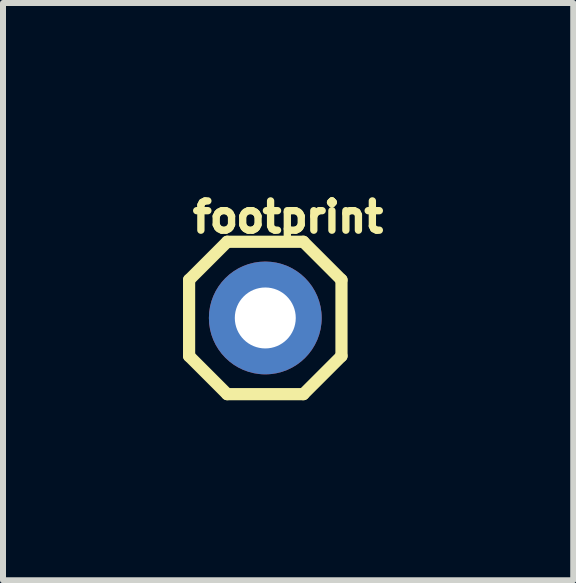
<source format=kicad_pcb>
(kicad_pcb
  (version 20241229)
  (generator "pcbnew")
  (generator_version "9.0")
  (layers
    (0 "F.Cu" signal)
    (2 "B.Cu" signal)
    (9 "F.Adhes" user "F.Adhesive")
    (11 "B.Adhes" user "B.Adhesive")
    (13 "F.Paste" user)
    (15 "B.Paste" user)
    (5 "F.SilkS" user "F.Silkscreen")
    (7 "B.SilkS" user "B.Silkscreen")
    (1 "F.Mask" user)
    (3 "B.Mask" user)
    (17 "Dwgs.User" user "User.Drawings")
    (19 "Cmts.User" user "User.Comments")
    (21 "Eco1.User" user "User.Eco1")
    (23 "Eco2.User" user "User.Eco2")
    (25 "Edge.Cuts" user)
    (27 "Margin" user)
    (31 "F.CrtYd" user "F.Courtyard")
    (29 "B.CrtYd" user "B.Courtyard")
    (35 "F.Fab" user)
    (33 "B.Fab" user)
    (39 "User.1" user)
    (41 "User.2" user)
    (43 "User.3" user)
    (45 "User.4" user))
  (footprint "footprint"
    (layer "F.Cu")
    (at 1.372 2.25)
    (property "Reference" "footprint" (at -1.27 -1.397 0) (layer "F.SilkS") (effects (font (size 0.488 0.488) (thickness 0.122)) (justify left bottom)))
    (fp_line (start -1.27 -0.635) (end -1.27 0.635) (stroke (width 0.203) (type solid)) (layer "F.SilkS"))
    (fp_line (start -1.27 0.635) (end -0.635 1.27) (stroke (width 0.203) (type solid)) (layer "F.SilkS"))
    (fp_line (start -0.635 -1.27) (end -1.27 -0.635) (stroke (width 0.203) (type solid)) (layer "F.SilkS"))
    (fp_line (start -0.635 1.27) (end 0.635 1.27) (stroke (width 0.203) (type solid)) (layer "F.SilkS"))
    (fp_line (start 0.635 -1.27) (end -0.635 -1.27) (stroke (width 0.203) (type solid)) (layer "F.SilkS"))
    (fp_line (start 0.635 1.27) (end 1.27 0.635) (stroke (width 0.203) (type solid)) (layer "F.SilkS"))
    (fp_line (start 1.27 -0.635) (end 0.635 -1.27) (stroke (width 0.203) (type solid)) (layer "F.SilkS"))
    (fp_line (start 1.27 0.635) (end 1.27 -0.635) (stroke (width 0.203) (type solid)) (layer "F.SilkS"))
    (fp_poly (pts (xy -0.254 0.254) (xy 0.254 0.254) (xy 0.254 -0.254) (xy -0.254 -0.254)) (stroke (width 0.1) (type solid)) (fill no) (layer "F.Fab"))
    (pad "1" thru_hole circle (at 0 0 90) (size 1.88 1.88) (drill 1.016) (layers "*.Cu" "*.Mask")))
  (gr_rect
    (start -3 -3)
    (end 6.505 6.622)
    (stroke (width 0.1) (type default))
    (fill no)
    (layer "Edge.Cuts")))
</source>
